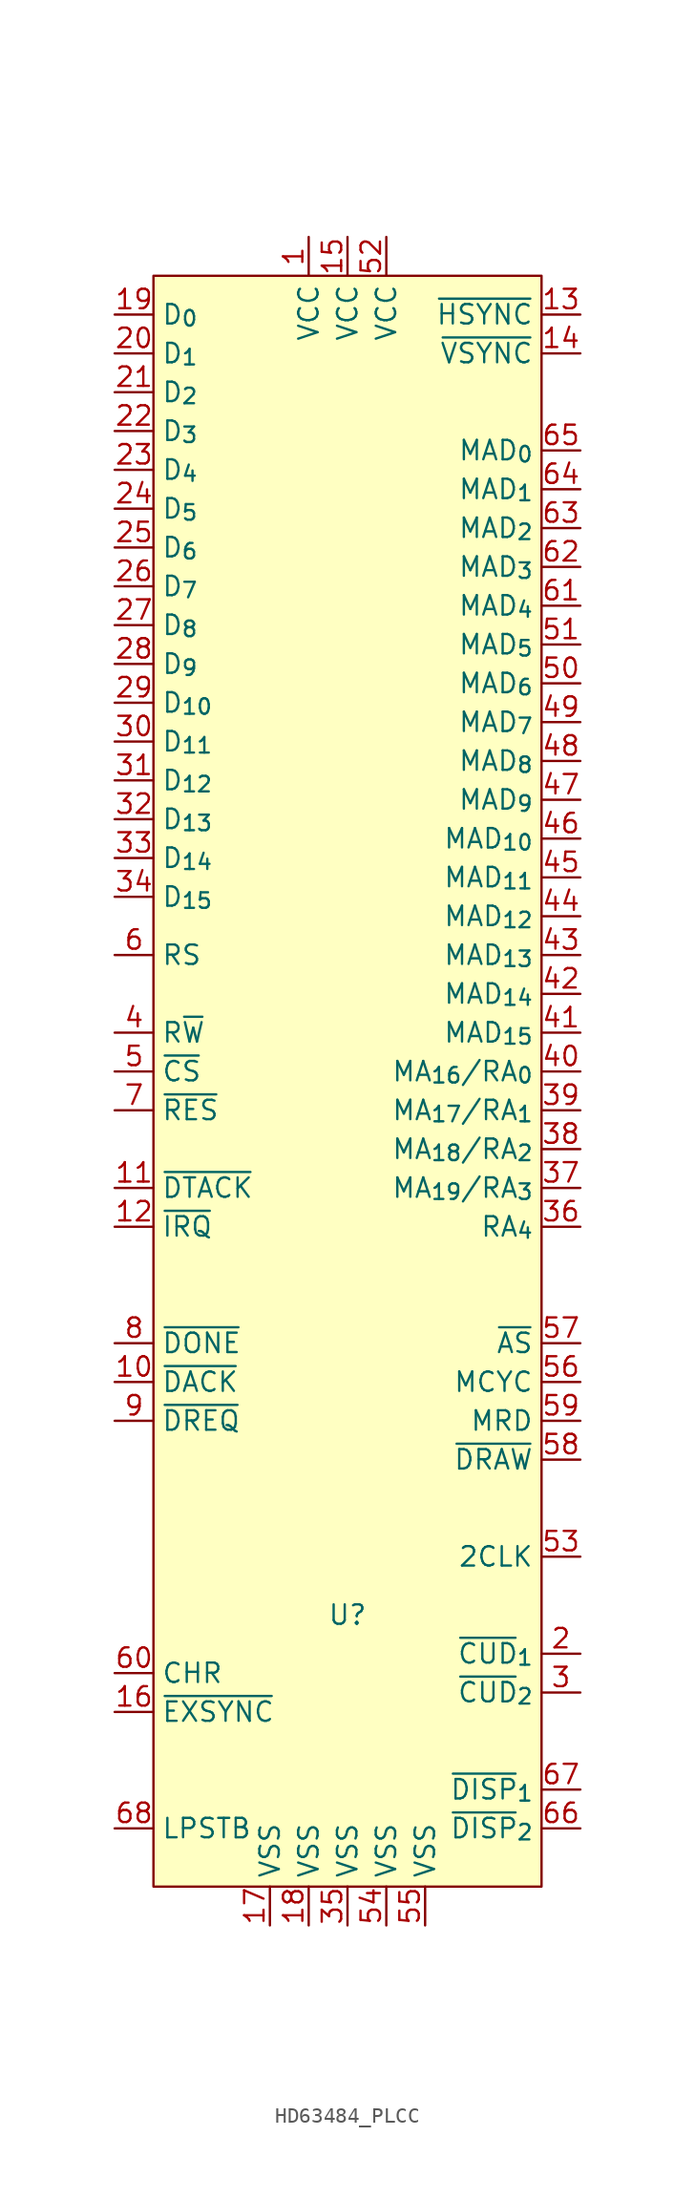
<source format=kicad_sym>
(kicad_symbol_lib
  (version 20231120)
  (generator "kicad_symbol_editor")
  (generator_version "8.0")
  (symbol "HD63484_PLCC"
    (property "Reference" "U"
      (at 0 -34.29 0)
      (effects (font (size 1.27 1.27))))
    (property "Value" ""
      (at 0 -34.29 0)
      (effects (font (size 1.27 1.27))))
    (symbol "HD63484_PLCC_1_1"
      (rectangle (start -12.7 53.34) (end 12.7 -52.07) (stroke (width 0) (type default)) (fill (type background)))
      (pin power_in line (at -2.54 55.88 270) (length 2.54) (name "VCC" (effects (font (size 1.27 1.27)))) (number "1" (effects (font (size 1.27 1.27)))))
      (pin input line (at -15.24 -19.05 0) (length 2.54) (name "~{DACK}" (effects (font (size 1.27 1.27)))) (number "10" (effects (font (size 1.27 1.27)))))
      (pin output line (at -15.24 -6.35 0) (length 2.54) (name "~{DTACK}" (effects (font (size 1.27 1.27)))) (number "11" (effects (font (size 1.27 1.27)))))
      (pin output line (at -15.24 -8.89 0) (length 2.54) (name "~{IRQ}" (effects (font (size 1.27 1.27)))) (number "12" (effects (font (size 1.27 1.27)))))
      (pin output line (at 15.24 50.8 180) (length 2.54) (name "~{HSYNC}" (effects (font (size 1.27 1.27)))) (number "13" (effects (font (size 1.27 1.27)))))
      (pin output line (at 15.24 48.26 180) (length 2.54) (name "~{VSYNC}" (effects (font (size 1.27 1.27)))) (number "14" (effects (font (size 1.27 1.27)))))
      (pin power_in line (at 0 55.88 270) (length 2.54) (name "VCC" (effects (font (size 1.27 1.27)))) (number "15" (effects (font (size 1.27 1.27)))))
      (pin bidirectional line (at -15.24 -40.64 0) (length 2.54) (name "~{EXSYNC}" (effects (font (size 1.27 1.27)))) (number "16" (effects (font (size 1.27 1.27)))))
      (pin power_in line (at -5.08 -54.61 90) (length 2.54) (name "VSS" (effects (font (size 1.27 1.27)))) (number "17" (effects (font (size 1.27 1.27)))))
      (pin power_in line (at -2.54 -54.61 90) (length 2.54) (name "VSS" (effects (font (size 1.27 1.27)))) (number "18" (effects (font (size 1.27 1.27)))))
      (pin tri_state line (at -15.24 50.8 0) (length 2.54) (name "D_{0}" (effects (font (size 1.27 1.27)))) (number "19" (effects (font (size 1.27 1.27)))))
      (pin output line (at 15.24 -36.83 180) (length 2.54) (name "~{CUD}_{1}" (effects (font (size 1.27 1.27)))) (number "2" (effects (font (size 1.27 1.27)))))
      (pin tri_state line (at -15.24 48.26 0) (length 2.54) (name "D_{1}" (effects (font (size 1.27 1.27)))) (number "20" (effects (font (size 1.27 1.27)))))
      (pin tri_state line (at -15.24 45.72 0) (length 2.54) (name "D_{2}" (effects (font (size 1.27 1.27)))) (number "21" (effects (font (size 1.27 1.27)))))
      (pin tri_state line (at -15.24 43.18 0) (length 2.54) (name "D_{3}" (effects (font (size 1.27 1.27)))) (number "22" (effects (font (size 1.27 1.27)))))
      (pin tri_state line (at -15.24 40.64 0) (length 2.54) (name "D_{4}" (effects (font (size 1.27 1.27)))) (number "23" (effects (font (size 1.27 1.27)))))
      (pin tri_state line (at -15.24 38.1 0) (length 2.54) (name "D_{5}" (effects (font (size 1.27 1.27)))) (number "24" (effects (font (size 1.27 1.27)))))
      (pin tri_state line (at -15.24 35.56 0) (length 2.54) (name "D_{6}" (effects (font (size 1.27 1.27)))) (number "25" (effects (font (size 1.27 1.27)))))
      (pin tri_state line (at -15.24 33.02 0) (length 2.54) (name "D_{7}" (effects (font (size 1.27 1.27)))) (number "26" (effects (font (size 1.27 1.27)))))
      (pin tri_state line (at -15.24 30.48 0) (length 2.54) (name "D_{8}" (effects (font (size 1.27 1.27)))) (number "27" (effects (font (size 1.27 1.27)))))
      (pin tri_state line (at -15.24 27.94 0) (length 2.54) (name "D_{9}" (effects (font (size 1.27 1.27)))) (number "28" (effects (font (size 1.27 1.27)))))
      (pin tri_state line (at -15.24 25.4 0) (length 2.54) (name "D_{10}" (effects (font (size 1.27 1.27)))) (number "29" (effects (font (size 1.27 1.27)))))
      (pin output line (at 15.24 -39.37 180) (length 2.54) (name "~{CUD}_{2}" (effects (font (size 1.27 1.27)))) (number "3" (effects (font (size 1.27 1.27)))))
      (pin tri_state line (at -15.24 22.86 0) (length 2.54) (name "D_{11}" (effects (font (size 1.27 1.27)))) (number "30" (effects (font (size 1.27 1.27)))))
      (pin tri_state line (at -15.24 20.32 0) (length 2.54) (name "D_{12}" (effects (font (size 1.27 1.27)))) (number "31" (effects (font (size 1.27 1.27)))))
      (pin tri_state line (at -15.24 17.78 0) (length 2.54) (name "D_{13}" (effects (font (size 1.27 1.27)))) (number "32" (effects (font (size 1.27 1.27)))))
      (pin tri_state line (at -15.24 15.24 0) (length 2.54) (name "D_{14}" (effects (font (size 1.27 1.27)))) (number "33" (effects (font (size 1.27 1.27)))))
      (pin tri_state line (at -15.24 12.7 0) (length 2.54) (name "D_{15}" (effects (font (size 1.27 1.27)))) (number "34" (effects (font (size 1.27 1.27)))))
      (pin power_in line (at 0 -54.61 90) (length 2.54) (name "VSS" (effects (font (size 1.27 1.27)))) (number "35" (effects (font (size 1.27 1.27)))))
      (pin output line (at 15.24 -8.89 180) (length 2.54) (name "RA_{4}" (effects (font (size 1.27 1.27)))) (number "36" (effects (font (size 1.27 1.27)))))
      (pin output line (at 15.24 -6.35 180) (length 2.54) (name "MA_{19}/RA_{3}" (effects (font (size 1.27 1.27)))) (number "37" (effects (font (size 1.27 1.27)))))
      (pin output line (at 15.24 -3.81 180) (length 2.54) (name "MA_{18}/RA_{2}" (effects (font (size 1.27 1.27)))) (number "38" (effects (font (size 1.27 1.27)))))
      (pin output line (at 15.24 -1.27 180) (length 2.54) (name "MA_{17}/RA_{1}" (effects (font (size 1.27 1.27)))) (number "39" (effects (font (size 1.27 1.27)))))
      (pin input line (at -15.24 3.81 0) (length 2.54) (name "R~{W}" (effects (font (size 1.27 1.27)))) (number "4" (effects (font (size 1.27 1.27)))))
      (pin output line (at 15.24 1.27 180) (length 2.54) (name "MA_{16}/RA_{0}" (effects (font (size 1.27 1.27)))) (number "40" (effects (font (size 1.27 1.27)))))
      (pin tri_state line (at 15.24 3.81 180) (length 2.54) (name "MAD_{15}" (effects (font (size 1.27 1.27)))) (number "41" (effects (font (size 1.27 1.27)))))
      (pin tri_state line (at 15.24 6.35 180) (length 2.54) (name "MAD_{14}" (effects (font (size 1.27 1.27)))) (number "42" (effects (font (size 1.27 1.27)))))
      (pin tri_state line (at 15.24 8.89 180) (length 2.54) (name "MAD_{13}" (effects (font (size 1.27 1.27)))) (number "43" (effects (font (size 1.27 1.27)))))
      (pin tri_state line (at 15.24 11.43 180) (length 2.54) (name "MAD_{12}" (effects (font (size 1.27 1.27)))) (number "44" (effects (font (size 1.27 1.27)))))
      (pin tri_state line (at 15.24 13.97 180) (length 2.54) (name "MAD_{11}" (effects (font (size 1.27 1.27)))) (number "45" (effects (font (size 1.27 1.27)))))
      (pin tri_state line (at 15.24 16.51 180) (length 2.54) (name "MAD_{10}" (effects (font (size 1.27 1.27)))) (number "46" (effects (font (size 1.27 1.27)))))
      (pin tri_state line (at 15.24 19.05 180) (length 2.54) (name "MAD_{9}" (effects (font (size 1.27 1.27)))) (number "47" (effects (font (size 1.27 1.27)))))
      (pin tri_state line (at 15.24 21.59 180) (length 2.54) (name "MAD_{8}" (effects (font (size 1.27 1.27)))) (number "48" (effects (font (size 1.27 1.27)))))
      (pin tri_state line (at 15.24 24.13 180) (length 2.54) (name "MAD_{7}" (effects (font (size 1.27 1.27)))) (number "49" (effects (font (size 1.27 1.27)))))
      (pin input line (at -15.24 1.27 0) (length 2.54) (name "~{CS}" (effects (font (size 1.27 1.27)))) (number "5" (effects (font (size 1.27 1.27)))))
      (pin tri_state line (at 15.24 26.67 180) (length 2.54) (name "MAD_{6}" (effects (font (size 1.27 1.27)))) (number "50" (effects (font (size 1.27 1.27)))))
      (pin tri_state line (at 15.24 29.21 180) (length 2.54) (name "MAD_{5}" (effects (font (size 1.27 1.27)))) (number "51" (effects (font (size 1.27 1.27)))))
      (pin power_in line (at 2.54 55.88 270) (length 2.54) (name "VCC" (effects (font (size 1.27 1.27)))) (number "52" (effects (font (size 1.27 1.27)))))
      (pin input line (at 15.24 -30.48 180) (length 2.54) (name "2CLK" (effects (font (size 1.27 1.27)))) (number "53" (effects (font (size 1.27 1.27)))))
      (pin power_in line (at 2.54 -54.61 90) (length 2.54) (name "VSS" (effects (font (size 1.27 1.27)))) (number "54" (effects (font (size 1.27 1.27)))))
      (pin power_in line (at 5.08 -54.61 90) (length 2.54) (name "VSS" (effects (font (size 1.27 1.27)))) (number "55" (effects (font (size 1.27 1.27)))))
      (pin output line (at 15.24 -19.05 180) (length 2.54) (name "MCYC" (effects (font (size 1.27 1.27)))) (number "56" (effects (font (size 1.27 1.27)))))
      (pin output line (at 15.24 -16.51 180) (length 2.54) (name "~{AS}" (effects (font (size 1.27 1.27)))) (number "57" (effects (font (size 1.27 1.27)))))
      (pin output line (at 15.24 -24.13 180) (length 2.54) (name "~{DRAW}" (effects (font (size 1.27 1.27)))) (number "58" (effects (font (size 1.27 1.27)))))
      (pin output line (at 15.24 -21.59 180) (length 2.54) (name "MRD" (effects (font (size 1.27 1.27)))) (number "59" (effects (font (size 1.27 1.27)))))
      (pin input line (at -15.24 8.89 0) (length 2.54) (name "RS" (effects (font (size 1.27 1.27)))) (number "6" (effects (font (size 1.27 1.27)))))
      (pin output line (at -15.24 -38.1 0) (length 2.54) (name "CHR" (effects (font (size 1.27 1.27)))) (number "60" (effects (font (size 1.27 1.27)))))
      (pin tri_state line (at 15.24 31.75 180) (length 2.54) (name "MAD_{4}" (effects (font (size 1.27 1.27)))) (number "61" (effects (font (size 1.27 1.27)))))
      (pin tri_state line (at 15.24 34.29 180) (length 2.54) (name "MAD_{3}" (effects (font (size 1.27 1.27)))) (number "62" (effects (font (size 1.27 1.27)))))
      (pin tri_state line (at 15.24 36.83 180) (length 2.54) (name "MAD_{2}" (effects (font (size 1.27 1.27)))) (number "63" (effects (font (size 1.27 1.27)))))
      (pin tri_state line (at 15.24 39.37 180) (length 2.54) (name "MAD_{1}" (effects (font (size 1.27 1.27)))) (number "64" (effects (font (size 1.27 1.27)))))
      (pin tri_state line (at 15.24 41.91 180) (length 2.54) (name "MAD_{0}" (effects (font (size 1.27 1.27)))) (number "65" (effects (font (size 1.27 1.27)))))
      (pin output line (at 15.24 -48.26 180) (length 2.54) (name "~{DISP}_{2}" (effects (font (size 1.27 1.27)))) (number "66" (effects (font (size 1.27 1.27)))))
      (pin output line (at 15.24 -45.72 180) (length 2.54) (name "~{DISP}_{1}" (effects (font (size 1.27 1.27)))) (number "67" (effects (font (size 1.27 1.27)))))
      (pin input line (at -15.24 -48.26 0) (length 2.54) (name "LPSTB" (effects (font (size 1.27 1.27)))) (number "68" (effects (font (size 1.27 1.27)))))
      (pin input line (at -15.24 -1.27 0) (length 2.54) (name "~{RES}" (effects (font (size 1.27 1.27)))) (number "7" (effects (font (size 1.27 1.27)))))
      (pin open_collector line (at -15.24 -16.51 0) (length 2.54) (name "~{DONE}" (effects (font (size 1.27 1.27)))) (number "8" (effects (font (size 1.27 1.27)))))
      (pin output line (at -15.24 -21.59 0) (length 2.54) (name "~{DREQ}" (effects (font (size 1.27 1.27)))) (number "9" (effects (font (size 1.27 1.27))))))))
</source>
